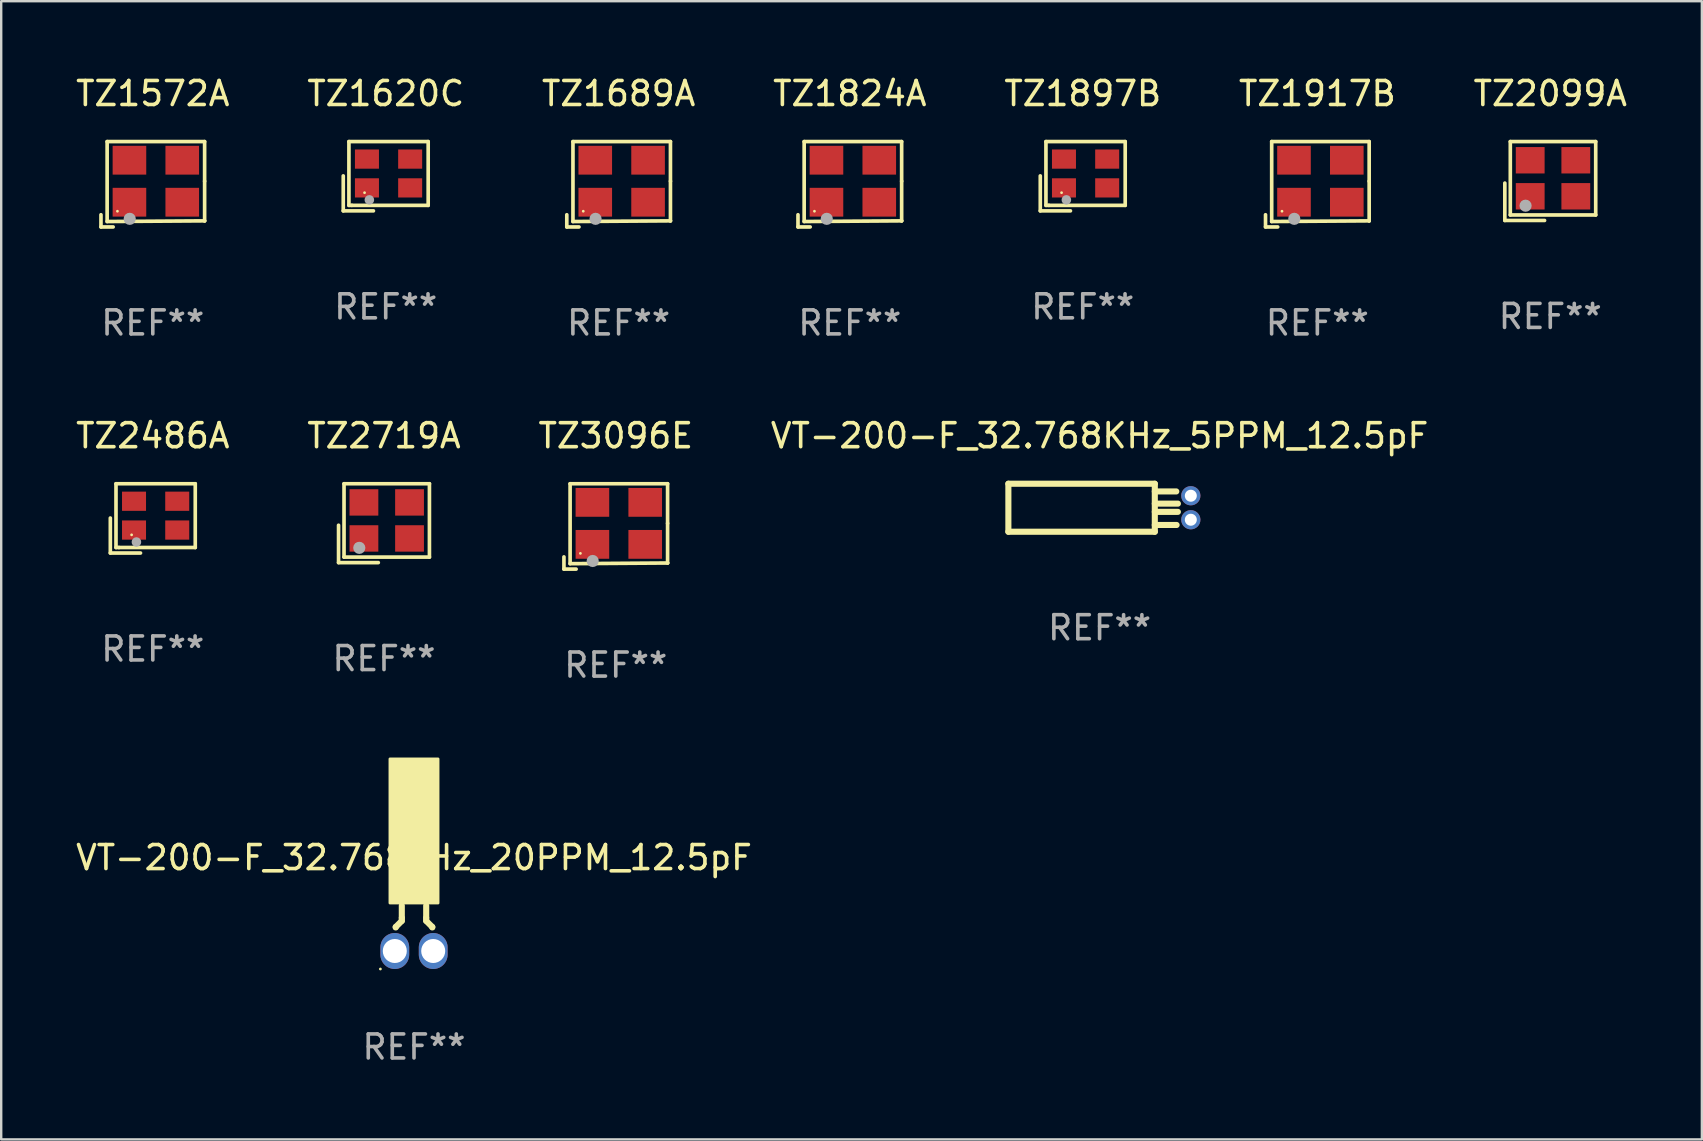
<source format=kicad_pcb>
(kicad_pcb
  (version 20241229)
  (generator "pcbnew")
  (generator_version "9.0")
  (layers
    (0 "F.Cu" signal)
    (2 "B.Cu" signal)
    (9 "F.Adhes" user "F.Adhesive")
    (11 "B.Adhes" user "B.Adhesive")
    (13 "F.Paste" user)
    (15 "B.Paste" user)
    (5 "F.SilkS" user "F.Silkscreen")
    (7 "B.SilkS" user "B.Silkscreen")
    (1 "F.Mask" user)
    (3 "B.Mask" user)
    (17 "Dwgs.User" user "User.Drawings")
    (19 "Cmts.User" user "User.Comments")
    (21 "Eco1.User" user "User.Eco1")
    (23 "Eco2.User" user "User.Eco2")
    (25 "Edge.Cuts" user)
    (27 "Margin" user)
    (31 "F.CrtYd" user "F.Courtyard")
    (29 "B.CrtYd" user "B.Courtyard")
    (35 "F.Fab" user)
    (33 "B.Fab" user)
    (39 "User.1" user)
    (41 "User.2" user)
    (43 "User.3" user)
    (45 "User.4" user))
  (footprint "TZ3096E"
    (layer "F.Cu")
    (at 22.601 18.879)
    (property "Reference" "TZ3096E" (at 0 -3.778 0) (layer "F.SilkS") (effects (font (size 1 1) (thickness 0.15))))
    (attr through_hole)
    (fp_line (start -2.159 1.27) (end -2.159 1.778) (stroke (width 0.152) (type solid)) (layer "F.SilkS"))
    (fp_line (start -2.159 1.778) (end -1.651 1.778) (stroke (width 0.152) (type solid)) (layer "F.SilkS"))
    (fp_line (start -1.902 -1.778) (end 2.159 -1.778) (stroke (width 0.152) (type solid)) (layer "F.SilkS"))
    (fp_line (start -1.902 1.552) (end -1.902 -1.778) (stroke (width 0.152) (type solid)) (layer "F.SilkS"))
    (fp_line (start 2.159 -1.778) (end 2.159 -0.127) (stroke (width 0.152) (type solid)) (layer "F.SilkS"))
    (fp_line (start 2.159 -0.127) (end 2.159 1.524) (stroke (width 0.152) (type solid)) (layer "F.SilkS"))
    (fp_line (start 2.159 1.524) (end -1.902 1.552) (stroke (width 0.152) (type solid)) (layer "F.SilkS"))
    (fp_line (start 2.159 1.524) (end 2.159 1.524) (stroke (width 0.152) (type solid)) (layer "F.SilkS"))
    (fp_circle (center -1.473 1.123) (end -1.443 1.123) (stroke (width 0.06) (type solid)) (fill no) (layer "F.SilkS"))
    (fp_circle (center -0.961 1.44) (end -0.834 1.44) (stroke (width 0.254) (type solid)) (fill no) (layer "F.Fab"))
    (fp_text user "REF**" (at 0 5.778 0) (layer "F.Fab") (effects (font (size 1 1) (thickness 0.15))))
    (pad "1" smd rect (at -0.973 0.748) (size 1.4 1.2) (layers "F.Cu" "F.Mask" "F.Paste"))
    (pad "2" smd rect (at 1.227 0.748) (size 1.4 1.2) (layers "F.Cu" "F.Mask" "F.Paste"))
    (pad "3" smd rect (at 1.227 -1.002) (size 1.4 1.2) (layers "F.Cu" "F.Mask" "F.Paste"))
    (pad "4" smd rect (at -0.973 -1.002) (size 1.4 1.2) (layers "F.Cu" "F.Mask" "F.Paste")))
  (footprint "TZ1917B"
    (layer "F.Cu")
    (at 51.827 4.626)
    (property "Reference" "TZ1917B" (at 0 -3.778 0) (layer "F.SilkS") (effects (font (size 1 1) (thickness 0.15))))
    (attr through_hole)
    (fp_line (start -2.159 1.27) (end -2.159 1.778) (stroke (width 0.152) (type solid)) (layer "F.SilkS"))
    (fp_line (start -2.159 1.778) (end -1.651 1.778) (stroke (width 0.152) (type solid)) (layer "F.SilkS"))
    (fp_line (start -1.902 -1.778) (end 2.159 -1.778) (stroke (width 0.152) (type solid)) (layer "F.SilkS"))
    (fp_line (start -1.902 1.552) (end -1.902 -1.778) (stroke (width 0.152) (type solid)) (layer "F.SilkS"))
    (fp_line (start 2.159 -1.778) (end 2.159 -0.127) (stroke (width 0.152) (type solid)) (layer "F.SilkS"))
    (fp_line (start 2.159 -0.127) (end 2.159 1.524) (stroke (width 0.152) (type solid)) (layer "F.SilkS"))
    (fp_line (start 2.159 1.524) (end -1.902 1.552) (stroke (width 0.152) (type solid)) (layer "F.SilkS"))
    (fp_line (start 2.159 1.524) (end 2.159 1.524) (stroke (width 0.152) (type solid)) (layer "F.SilkS"))
    (fp_circle (center -1.473 1.123) (end -1.443 1.123) (stroke (width 0.06) (type solid)) (fill no) (layer "F.SilkS"))
    (fp_circle (center -0.961 1.44) (end -0.834 1.44) (stroke (width 0.254) (type solid)) (fill no) (layer "F.Fab"))
    (fp_text user "REF**" (at 0 5.778 0) (layer "F.Fab") (effects (font (size 1 1) (thickness 0.15))))
    (pad "1" smd rect (at -0.973 0.748) (size 1.4 1.2) (layers "F.Cu" "F.Mask" "F.Paste"))
    (pad "2" smd rect (at 1.227 0.748) (size 1.4 1.2) (layers "F.Cu" "F.Mask" "F.Paste"))
    (pad "3" smd rect (at 1.227 -1.002) (size 1.4 1.2) (layers "F.Cu" "F.Mask" "F.Paste"))
    (pad "4" smd rect (at -0.973 -1.002) (size 1.4 1.2) (layers "F.Cu" "F.Mask" "F.Paste")))
  (footprint "TZ1689A"
    (layer "F.Cu")
    (at 22.72 4.626)
    (property "Reference" "TZ1689A" (at 0 -3.778 0) (layer "F.SilkS") (effects (font (size 1 1) (thickness 0.15))))
    (attr through_hole)
    (fp_line (start -2.159 1.27) (end -2.159 1.778) (stroke (width 0.152) (type solid)) (layer "F.SilkS"))
    (fp_line (start -2.159 1.778) (end -1.651 1.778) (stroke (width 0.152) (type solid)) (layer "F.SilkS"))
    (fp_line (start -1.902 -1.778) (end 2.159 -1.778) (stroke (width 0.152) (type solid)) (layer "F.SilkS"))
    (fp_line (start -1.902 1.552) (end -1.902 -1.778) (stroke (width 0.152) (type solid)) (layer "F.SilkS"))
    (fp_line (start 2.159 -1.778) (end 2.159 -0.127) (stroke (width 0.152) (type solid)) (layer "F.SilkS"))
    (fp_line (start 2.159 -0.127) (end 2.159 1.524) (stroke (width 0.152) (type solid)) (layer "F.SilkS"))
    (fp_line (start 2.159 1.524) (end -1.902 1.552) (stroke (width 0.152) (type solid)) (layer "F.SilkS"))
    (fp_line (start 2.159 1.524) (end 2.159 1.524) (stroke (width 0.152) (type solid)) (layer "F.SilkS"))
    (fp_circle (center -1.473 1.123) (end -1.443 1.123) (stroke (width 0.06) (type solid)) (fill no) (layer "F.SilkS"))
    (fp_circle (center -0.961 1.44) (end -0.834 1.44) (stroke (width 0.254) (type solid)) (fill no) (layer "F.Fab"))
    (fp_text user "REF**" (at 0 5.778 0) (layer "F.Fab") (effects (font (size 1 1) (thickness 0.15))))
    (pad "1" smd rect (at -0.973 0.748) (size 1.4 1.2) (layers "F.Cu" "F.Mask" "F.Paste"))
    (pad "2" smd rect (at 1.227 0.748) (size 1.4 1.2) (layers "F.Cu" "F.Mask" "F.Paste"))
    (pad "3" smd rect (at 1.227 -1.002) (size 1.4 1.2) (layers "F.Cu" "F.Mask" "F.Paste"))
    (pad "4" smd rect (at -0.973 -1.002) (size 1.4 1.2) (layers "F.Cu" "F.Mask" "F.Paste")))
  (footprint "TZ2719A"
    (layer "F.Cu")
    (at 12.946 18.744)
    (property "Reference" "TZ2719A" (at 0 -3.643 0) (layer "F.SilkS") (effects (font (size 1 1) (thickness 0.15))))
    (attr through_hole)
    (fp_line (start -1.893 0.086) (end -1.893 1.643) (stroke (width 0.152) (type solid)) (layer "F.SilkS"))
    (fp_line (start -1.893 1.643) (end -0.237 1.643) (stroke (width 0.152) (type solid)) (layer "F.SilkS"))
    (fp_line (start -1.665 -1.643) (end 1.893 -1.643) (stroke (width 0.152) (type solid)) (layer "F.SilkS"))
    (fp_line (start -1.665 1.414) (end -1.665 -1.643) (stroke (width 0.152) (type solid)) (layer "F.SilkS"))
    (fp_line (start 1.893 -1.643) (end 1.893 1.414) (stroke (width 0.152) (type solid)) (layer "F.SilkS"))
    (fp_line (start 1.893 1.414) (end -1.665 1.414) (stroke (width 0.152) (type solid)) (layer "F.SilkS"))
    (fp_circle (center -1.136 0.885) (end -1.106 0.885) (stroke (width 0.06) (type solid)) (fill no) (layer "F.SilkS"))
    (fp_circle (center -1.029 1.028) (end -0.902 1.028) (stroke (width 0.254) (type solid)) (fill no) (layer "F.Fab"))
    (fp_text user "REF**" (at 0 5.643 0) (layer "F.Fab") (effects (font (size 1 1) (thickness 0.15))))
    (pad "1" smd rect (at -0.836 0.636) (size 1.2 1.1) (layers "F.Cu" "F.Mask" "F.Paste"))
    (pad "2" smd rect (at 1.064 0.636) (size 1.2 1.1) (layers "F.Cu" "F.Mask" "F.Paste"))
    (pad "3" smd rect (at 1.064 -0.865) (size 1.2 1.1) (layers "F.Cu" "F.Mask" "F.Paste"))
    (pad "4" smd rect (at -0.836 -0.865) (size 1.2 1.1) (layers "F.Cu" "F.Mask" "F.Paste")))
  (footprint "VT-200-F_32.768KHz_5PPM_12.5pF"
    (layer "F.Cu")
    (at 42.756 18.101)
    (property "Reference" "VT-200-F_32.768KHz_5PPM_12.5pF" (at 0 -3 0) (layer "F.SilkS") (effects (font (size 1 1) (thickness 0.15))))
    (attr through_hole)
    (fp_line (start -3.8 1) (end -3.8 -1) (stroke (width 0.254) (type solid)) (layer "F.SilkS"))
    (fp_line (start 2.3 -1) (end -3.8 -1) (stroke (width 0.254) (type solid)) (layer "F.SilkS"))
    (fp_line (start 2.3 -1) (end 2.3 1) (stroke (width 0.254) (type solid)) (layer "F.SilkS"))
    (fp_line (start 2.3 -0.679) (end 3.195 -0.679) (stroke (width 0.254) (type solid)) (layer "F.SilkS"))
    (fp_line (start 2.3 -0.171) (end 3.262 -0.171) (stroke (width 0.254) (type solid)) (layer "F.SilkS"))
    (fp_line (start 2.3 0.172) (end 3.261 0.172) (stroke (width 0.254) (type solid)) (layer "F.SilkS"))
    (fp_line (start 2.3 0.718) (end 3.208 0.718) (stroke (width 0.254) (type solid)) (layer "F.SilkS"))
    (fp_line (start 2.3 1) (end -3.8 1) (stroke (width 0.254) (type solid)) (layer "F.SilkS"))
    (fp_circle (center -3.8 -1) (end -3.77 -1) (stroke (width 0.06) (type solid)) (fill no) (layer "F.SilkS"))
    (fp_text user "REF**" (at 0 5 0) (layer "F.Fab") (effects (font (size 1 1) (thickness 0.15))))
    (pad "1" thru_hole circle (at 3.8 -0.5) (size 0.8 0.8) (drill 0.5) (layers "*.Cu" "*.Mask"))
    (pad "2" thru_hole circle (at 3.8 0.5) (size 0.8 0.8) (drill 0.5) (layers "*.Cu" "*.Mask")))
  (footprint "TZ1620C"
    (layer "F.Cu")
    (at 13.018 4.291)
    (property "Reference" "TZ1620C" (at 0 -3.443 0) (layer "F.SilkS") (effects (font (size 1 1) (thickness 0.15))))
    (attr through_hole)
    (fp_line (start -1.769 -0.014) (end -1.769 1.443) (stroke (width 0.152) (type solid)) (layer "F.SilkS"))
    (fp_line (start -1.769 1.443) (end -0.512 1.443) (stroke (width 0.152) (type solid)) (layer "F.SilkS"))
    (fp_line (start -1.533 -1.443) (end 1.769 -1.443) (stroke (width 0.152) (type solid)) (layer "F.SilkS"))
    (fp_line (start -1.533 1.214) (end -1.533 -1.443) (stroke (width 0.152) (type solid)) (layer "F.SilkS"))
    (fp_line (start -1.411 1.214) (end -1.533 1.214) (stroke (width 0.152) (type solid)) (layer "F.SilkS"))
    (fp_line (start 1.769 -1.443) (end 1.769 1.214) (stroke (width 0.152) (type solid)) (layer "F.SilkS"))
    (fp_line (start 1.769 1.214) (end -1.411 1.214) (stroke (width 0.152) (type solid)) (layer "F.SilkS"))
    (fp_circle (center -0.882 0.686) (end -0.852 0.686) (stroke (width 0.06) (type solid)) (fill no) (layer "F.SilkS"))
    (fp_circle (center -0.682 0.986) (end -0.582 0.986) (stroke (width 0.2) (type solid)) (fill no) (layer "F.Fab"))
    (fp_text user "REF**" (at 0 5.443 0) (layer "F.Fab") (effects (font (size 1 1) (thickness 0.15))))
    (pad "1" smd rect (at -0.782 0.486 90) (size 0.8 1) (layers "F.Cu" "F.Mask" "F.Paste"))
    (pad "2" smd rect (at 1.018 0.486 90) (size 0.8 1) (layers "F.Cu" "F.Mask" "F.Paste"))
    (pad "3" smd rect (at 1.018 -0.714 90) (size 0.8 1) (layers "F.Cu" "F.Mask" "F.Paste"))
    (pad "4" smd rect (at -0.782 -0.714 90) (size 0.8 1) (layers "F.Cu" "F.Mask" "F.Paste")))
  (footprint "VT-200-F_32.768kHz_20PPM_12.5pF"
    (layer "F.Cu")
    (at 14.196 35.621)
    (property "Reference" "VT-200-F_32.768kHz_20PPM_12.5pF" (at 0 -2.945 0) (layer "F.SilkS") (effects (font (size 1 1) (thickness 0.15))))
    (attr through_hole)
    (fp_line (start -0.762 -0.055) (end -0.762 -0.036) (stroke (width 0.254) (type solid)) (layer "F.SilkS"))
    (fp_line (start -0.508 -0.436) (end -0.508 -0.945) (stroke (width 0.254) (type solid)) (layer "F.SilkS"))
    (fp_line (start -0.508 -0.436) (end -0.508 -0.309) (stroke (width 0.254) (type solid)) (layer "F.SilkS"))
    (fp_line (start -0.508 -0.309) (end -0.762 -0.055) (stroke (width 0.254) (type solid)) (layer "F.SilkS"))
    (fp_line (start 0.508 -0.436) (end 0.508 -0.945) (stroke (width 0.254) (type solid)) (layer "F.SilkS"))
    (fp_line (start 0.508 -0.436) (end 0.508 -0.31) (stroke (width 0.254) (type solid)) (layer "F.SilkS"))
    (fp_line (start 0.508 -0.31) (end 0.762 -0.055) (stroke (width 0.254) (type solid)) (layer "F.SilkS"))
    (fp_line (start 0.762 -0.055) (end 0.762 -0.036) (stroke (width 0.254) (type solid)) (layer "F.SilkS"))
    (fp_circle (center -1.4 1.695) (end -1.37 1.695) (stroke (width 0.06) (type solid)) (fill no) (layer "F.SilkS"))
    (fp_poly (pts (xy -1 -7.055) (xy 1 -7.055) (xy 1 -1.055) (xy -1 -1.055)) (stroke (width 0.12) (type solid)) (fill yes) (layer "F.SilkS"))
    (fp_text user "REF**" (at 0 4.945 0) (layer "F.Fab") (effects (font (size 1 1) (thickness 0.15))))
    (pad "1" thru_hole oval (at -0.8 0.945) (size 1.2 1.5) (drill 1) (layers "*.Cu" "*.Mask"))
    (pad "2" thru_hole oval (at 0.8 0.945) (size 1.2 1.5) (drill 1) (layers "*.Cu" "*.Mask")))
  (footprint "TZ1824A"
    (layer "F.Cu")
    (at 32.351 4.626)
    (property "Reference" "TZ1824A" (at 0 -3.778 0) (layer "F.SilkS") (effects (font (size 1 1) (thickness 0.15))))
    (attr through_hole)
    (fp_line (start -2.159 1.27) (end -2.159 1.778) (stroke (width 0.152) (type solid)) (layer "F.SilkS"))
    (fp_line (start -2.159 1.778) (end -1.651 1.778) (stroke (width 0.152) (type solid)) (layer "F.SilkS"))
    (fp_line (start -1.902 -1.778) (end 2.159 -1.778) (stroke (width 0.152) (type solid)) (layer "F.SilkS"))
    (fp_line (start -1.902 1.552) (end -1.902 -1.778) (stroke (width 0.152) (type solid)) (layer "F.SilkS"))
    (fp_line (start 2.159 -1.778) (end 2.159 -0.127) (stroke (width 0.152) (type solid)) (layer "F.SilkS"))
    (fp_line (start 2.159 -0.127) (end 2.159 1.524) (stroke (width 0.152) (type solid)) (layer "F.SilkS"))
    (fp_line (start 2.159 1.524) (end -1.902 1.552) (stroke (width 0.152) (type solid)) (layer "F.SilkS"))
    (fp_line (start 2.159 1.524) (end 2.159 1.524) (stroke (width 0.152) (type solid)) (layer "F.SilkS"))
    (fp_circle (center -1.473 1.123) (end -1.443 1.123) (stroke (width 0.06) (type solid)) (fill no) (layer "F.SilkS"))
    (fp_circle (center -0.961 1.44) (end -0.834 1.44) (stroke (width 0.254) (type solid)) (fill no) (layer "F.Fab"))
    (fp_text user "REF**" (at 0 5.778 0) (layer "F.Fab") (effects (font (size 1 1) (thickness 0.15))))
    (pad "1" smd rect (at -0.973 0.748) (size 1.4 1.2) (layers "F.Cu" "F.Mask" "F.Paste"))
    (pad "2" smd rect (at 1.227 0.748) (size 1.4 1.2) (layers "F.Cu" "F.Mask" "F.Paste"))
    (pad "3" smd rect (at 1.227 -1.002) (size 1.4 1.2) (layers "F.Cu" "F.Mask" "F.Paste"))
    (pad "4" smd rect (at -0.973 -1.002) (size 1.4 1.2) (layers "F.Cu" "F.Mask" "F.Paste")))
  (footprint "TZ2486A"
    (layer "F.Cu")
    (at 3.315 18.544)
    (property "Reference" "TZ2486A" (at 0 -3.443 0) (layer "F.SilkS") (effects (font (size 1 1) (thickness 0.15))))
    (attr through_hole)
    (fp_line (start -1.769 -0.014) (end -1.769 1.443) (stroke (width 0.152) (type solid)) (layer "F.SilkS"))
    (fp_line (start -1.769 1.443) (end -0.512 1.443) (stroke (width 0.152) (type solid)) (layer "F.SilkS"))
    (fp_line (start -1.533 -1.443) (end 1.769 -1.443) (stroke (width 0.152) (type solid)) (layer "F.SilkS"))
    (fp_line (start -1.533 1.214) (end -1.533 -1.443) (stroke (width 0.152) (type solid)) (layer "F.SilkS"))
    (fp_line (start -1.411 1.214) (end -1.533 1.214) (stroke (width 0.152) (type solid)) (layer "F.SilkS"))
    (fp_line (start 1.769 -1.443) (end 1.769 1.214) (stroke (width 0.152) (type solid)) (layer "F.SilkS"))
    (fp_line (start 1.769 1.214) (end -1.411 1.214) (stroke (width 0.152) (type solid)) (layer "F.SilkS"))
    (fp_circle (center -0.882 0.686) (end -0.852 0.686) (stroke (width 0.06) (type solid)) (fill no) (layer "F.SilkS"))
    (fp_circle (center -0.682 0.986) (end -0.582 0.986) (stroke (width 0.2) (type solid)) (fill no) (layer "F.Fab"))
    (fp_text user "REF**" (at 0 5.443 0) (layer "F.Fab") (effects (font (size 1 1) (thickness 0.15))))
    (pad "1" smd rect (at -0.782 0.486 90) (size 0.8 1) (layers "F.Cu" "F.Mask" "F.Paste"))
    (pad "2" smd rect (at 1.018 0.486 90) (size 0.8 1) (layers "F.Cu" "F.Mask" "F.Paste"))
    (pad "3" smd rect (at 1.018 -0.714 90) (size 0.8 1) (layers "F.Cu" "F.Mask" "F.Paste"))
    (pad "4" smd rect (at -0.782 -0.714 90) (size 0.8 1) (layers "F.Cu" "F.Mask" "F.Paste")))
  (footprint "TZ2099A"
    (layer "F.Cu")
    (at 61.53 4.491)
    (property "Reference" "TZ2099A" (at 0 -3.643 0) (layer "F.SilkS") (effects (font (size 1 1) (thickness 0.15))))
    (attr through_hole)
    (fp_line (start -1.893 0.086) (end -1.893 1.643) (stroke (width 0.152) (type solid)) (layer "F.SilkS"))
    (fp_line (start -1.893 1.643) (end -0.237 1.643) (stroke (width 0.152) (type solid)) (layer "F.SilkS"))
    (fp_line (start -1.665 -1.643) (end 1.893 -1.643) (stroke (width 0.152) (type solid)) (layer "F.SilkS"))
    (fp_line (start -1.665 1.414) (end -1.665 -1.643) (stroke (width 0.152) (type solid)) (layer "F.SilkS"))
    (fp_line (start 1.893 -1.643) (end 1.893 1.414) (stroke (width 0.152) (type solid)) (layer "F.SilkS"))
    (fp_line (start 1.893 1.414) (end -1.665 1.414) (stroke (width 0.152) (type solid)) (layer "F.SilkS"))
    (fp_circle (center -1.136 0.885) (end -1.106 0.885) (stroke (width 0.06) (type solid)) (fill no) (layer "F.SilkS"))
    (fp_circle (center -1.029 1.028) (end -0.902 1.028) (stroke (width 0.254) (type solid)) (fill no) (layer "F.Fab"))
    (fp_text user "REF**" (at 0 5.643 0) (layer "F.Fab") (effects (font (size 1 1) (thickness 0.15))))
    (pad "1" smd rect (at -0.836 0.636) (size 1.2 1.1) (layers "F.Cu" "F.Mask" "F.Paste"))
    (pad "2" smd rect (at 1.064 0.636) (size 1.2 1.1) (layers "F.Cu" "F.Mask" "F.Paste"))
    (pad "3" smd rect (at 1.064 -0.865) (size 1.2 1.1) (layers "F.Cu" "F.Mask" "F.Paste"))
    (pad "4" smd rect (at -0.836 -0.865) (size 1.2 1.1) (layers "F.Cu" "F.Mask" "F.Paste")))
  (footprint "TZ1897B"
    (layer "F.Cu")
    (at 42.054 4.291)
    (property "Reference" "TZ1897B" (at 0 -3.443 0) (layer "F.SilkS") (effects (font (size 1 1) (thickness 0.15))))
    (attr through_hole)
    (fp_line (start -1.769 -0.014) (end -1.769 1.443) (stroke (width 0.152) (type solid)) (layer "F.SilkS"))
    (fp_line (start -1.769 1.443) (end -0.512 1.443) (stroke (width 0.152) (type solid)) (layer "F.SilkS"))
    (fp_line (start -1.533 -1.443) (end 1.769 -1.443) (stroke (width 0.152) (type solid)) (layer "F.SilkS"))
    (fp_line (start -1.533 1.214) (end -1.533 -1.443) (stroke (width 0.152) (type solid)) (layer "F.SilkS"))
    (fp_line (start -1.411 1.214) (end -1.533 1.214) (stroke (width 0.152) (type solid)) (layer "F.SilkS"))
    (fp_line (start 1.769 -1.443) (end 1.769 1.214) (stroke (width 0.152) (type solid)) (layer "F.SilkS"))
    (fp_line (start 1.769 1.214) (end -1.411 1.214) (stroke (width 0.152) (type solid)) (layer "F.SilkS"))
    (fp_circle (center -0.882 0.686) (end -0.852 0.686) (stroke (width 0.06) (type solid)) (fill no) (layer "F.SilkS"))
    (fp_circle (center -0.682 0.986) (end -0.582 0.986) (stroke (width 0.2) (type solid)) (fill no) (layer "F.Fab"))
    (fp_text user "REF**" (at 0 5.443 0) (layer "F.Fab") (effects (font (size 1 1) (thickness 0.15))))
    (pad "1" smd rect (at -0.782 0.486 90) (size 0.8 1) (layers "F.Cu" "F.Mask" "F.Paste"))
    (pad "2" smd rect (at 1.018 0.486 90) (size 0.8 1) (layers "F.Cu" "F.Mask" "F.Paste"))
    (pad "3" smd rect (at 1.018 -0.714 90) (size 0.8 1) (layers "F.Cu" "F.Mask" "F.Paste"))
    (pad "4" smd rect (at -0.782 -0.714 90) (size 0.8 1) (layers "F.Cu" "F.Mask" "F.Paste")))
  (footprint "TZ1572A"
    (layer "F.Cu")
    (at 3.315 4.626)
    (property "Reference" "TZ1572A" (at 0 -3.778 0) (layer "F.SilkS") (effects (font (size 1 1) (thickness 0.15))))
    (attr through_hole)
    (fp_line (start -2.159 1.27) (end -2.159 1.778) (stroke (width 0.152) (type solid)) (layer "F.SilkS"))
    (fp_line (start -2.159 1.778) (end -1.651 1.778) (stroke (width 0.152) (type solid)) (layer "F.SilkS"))
    (fp_line (start -1.902 -1.778) (end 2.159 -1.778) (stroke (width 0.152) (type solid)) (layer "F.SilkS"))
    (fp_line (start -1.902 1.552) (end -1.902 -1.778) (stroke (width 0.152) (type solid)) (layer "F.SilkS"))
    (fp_line (start 2.159 -1.778) (end 2.159 -0.127) (stroke (width 0.152) (type solid)) (layer "F.SilkS"))
    (fp_line (start 2.159 -0.127) (end 2.159 1.524) (stroke (width 0.152) (type solid)) (layer "F.SilkS"))
    (fp_line (start 2.159 1.524) (end -1.902 1.552) (stroke (width 0.152) (type solid)) (layer "F.SilkS"))
    (fp_line (start 2.159 1.524) (end 2.159 1.524) (stroke (width 0.152) (type solid)) (layer "F.SilkS"))
    (fp_circle (center -1.473 1.123) (end -1.443 1.123) (stroke (width 0.06) (type solid)) (fill no) (layer "F.SilkS"))
    (fp_circle (center -0.961 1.44) (end -0.834 1.44) (stroke (width 0.254) (type solid)) (fill no) (layer "F.Fab"))
    (fp_text user "REF**" (at 0 5.778 0) (layer "F.Fab") (effects (font (size 1 1) (thickness 0.15))))
    (pad "1" smd rect (at -0.973 0.748) (size 1.4 1.2) (layers "F.Cu" "F.Mask" "F.Paste"))
    (pad "2" smd rect (at 1.227 0.748) (size 1.4 1.2) (layers "F.Cu" "F.Mask" "F.Paste"))
    (pad "3" smd rect (at 1.227 -1.002) (size 1.4 1.2) (layers "F.Cu" "F.Mask" "F.Paste"))
    (pad "4" smd rect (at -0.973 -1.002) (size 1.4 1.2) (layers "F.Cu" "F.Mask" "F.Paste")))
  (gr_rect
    (start -3 -3)
    (end 67.845 44.414)
    (stroke (width 0.1) (type default))
    (fill no)
    (layer "Edge.Cuts")))
</source>
